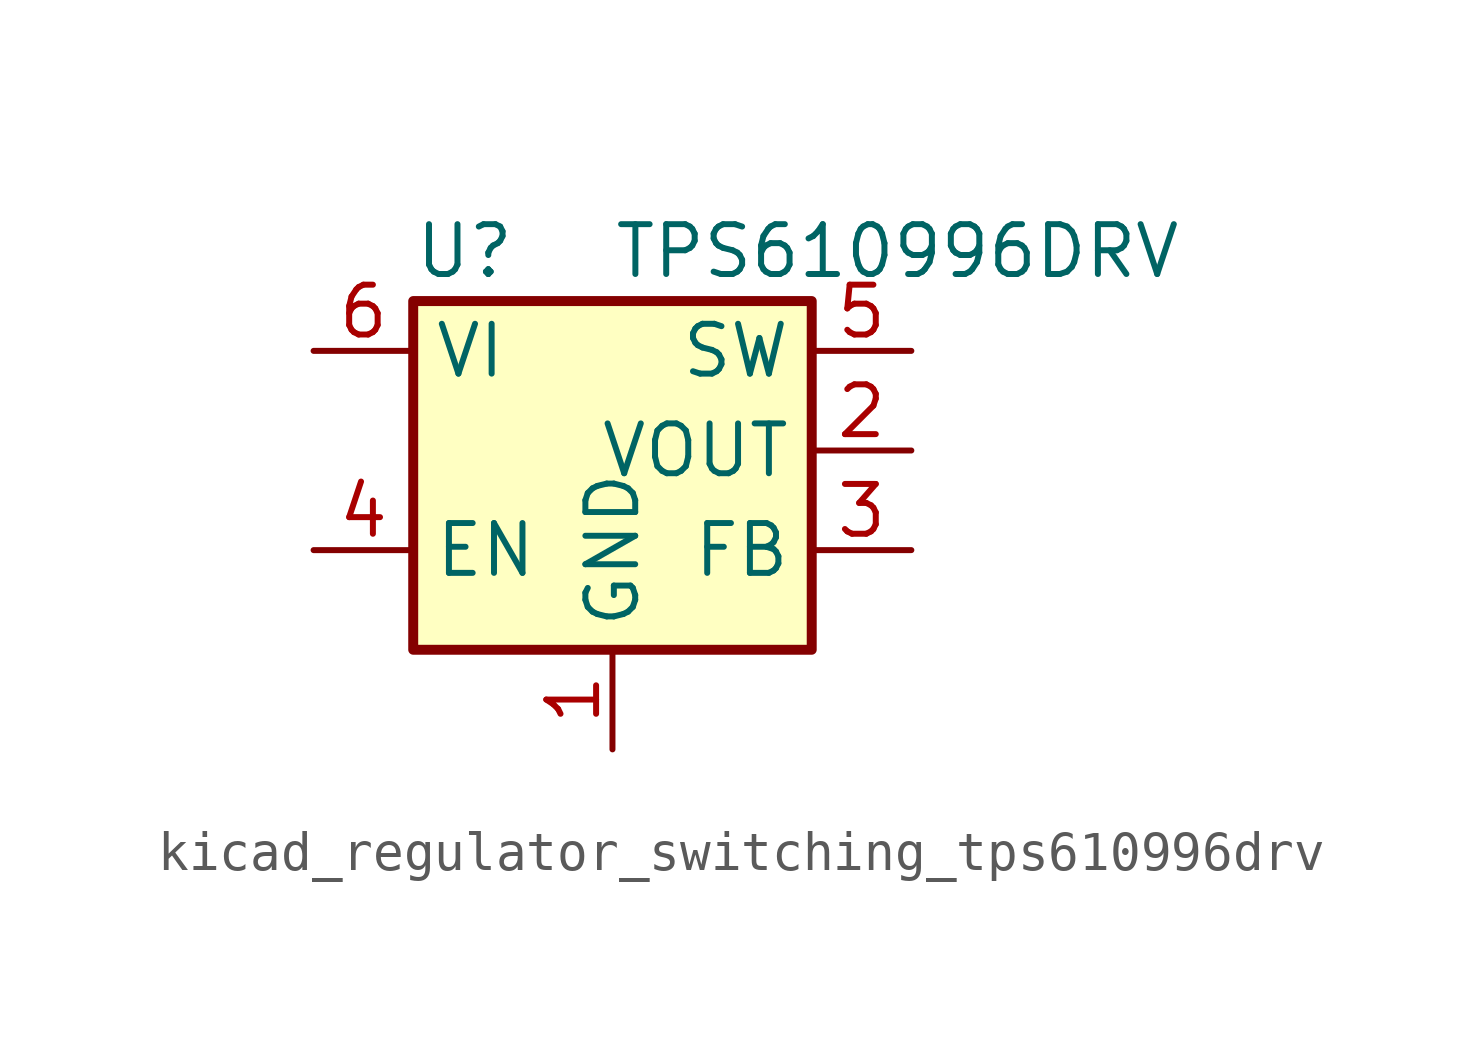
<source format=kicad_sym>
(kicad_symbol_lib
  (version 20220914)
  (generator kicad_symbol_editor)
  (symbol "kicad_regulator_switching_tps610996drv"
    (property "Reference" "U"
      (at -5.08 7.62 0)
      (effects (font (size 1.27 1.27)) (justify left)))
    (property "Value" "TPS610996DRV"
      (at 0 7.62 0)
      (effects (font (size 1.27 1.27)) (justify left)))
    (symbol "kicad_regulator_switching_tps610996drv_0_1"
      (rectangle (start -5.08 6.35) (end 5.08 -2.54) (stroke (width 0.254) (type default)) (fill (type background))))
    (symbol "kicad_regulator_switching_tps610996drv_1_1"
      (pin power_in line (at 0 -5.08 90) (length 2.54) (name "GND" (effects (font (size 1.27 1.27)))) (number "1" (effects (font (size 1.27 1.27)))))
      (pin power_out line (at 7.62 2.54 180) (length 2.54) (name "VOUT" (effects (font (size 1.27 1.27)))) (number "2" (effects (font (size 1.27 1.27)))))
      (pin passive line (at 7.62 0 180) (length 2.54) (name "FB" (effects (font (size 1.27 1.27)))) (number "3" (effects (font (size 1.27 1.27)))))
      (pin input line (at -7.62 0 0) (length 2.54) (name "EN" (effects (font (size 1.27 1.27)))) (number "4" (effects (font (size 1.27 1.27)))))
      (pin power_in line (at 7.62 5.08 180) (length 2.54) (name "SW" (effects (font (size 1.27 1.27)))) (number "5" (effects (font (size 1.27 1.27)))))
      (pin power_in line (at -7.62 5.08 0) (length 2.54) (name "VI" (effects (font (size 1.27 1.27)))) (number "6" (effects (font (size 1.27 1.27)))))
      (pin passive line (at 0 -5.08 90) (length 2.54) hide (name "GND" (effects (font (size 1.27 1.27)))) (number "7" (effects (font (size 1.27 1.27))))))))
</source>
